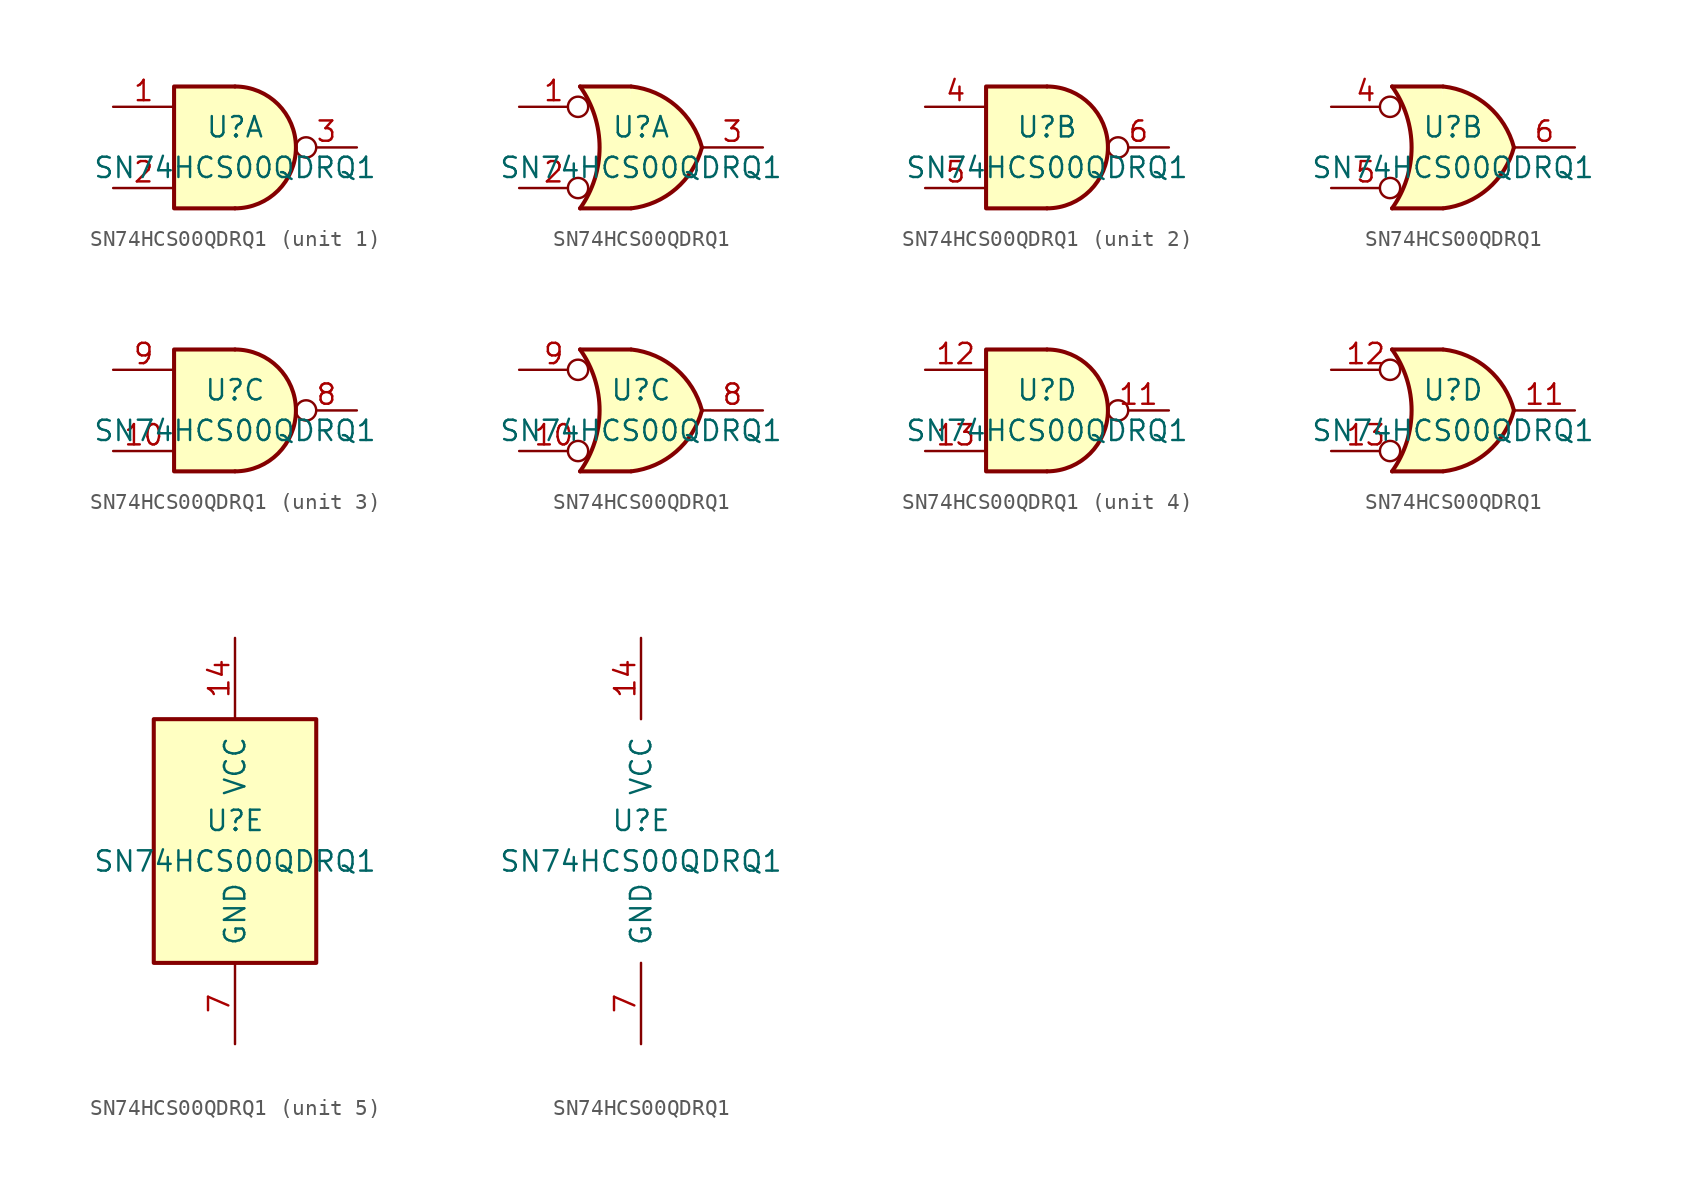
<source format=kicad_sym>
(kicad_symbol_lib
  (version 20211014)
  (generator kicad_symbol_editor)
  (symbol "‎SN74HCS00QDRQ1‎"
    (pin_names
      (offset 1.016))
    (property "Reference" "U"
      (at 0 1.27 0)
      (effects (font (size 1.27 1.27))))
    (property "Value" "‎SN74HCS00QDRQ1‎"
      (at 0 -1.27 0)
      (effects (font (size 1.27 1.27))))
    (property "ki_locked" ""
      (at 0 0 0)
      (effects (font (size 1.27 1.27))))
    (symbol "‎SN74HCS00QDRQ1‎_1_1"
      (arc (start 0 -3.81) (mid 3.81 0) (end 0 3.81) (stroke (width 0.254) (type default) (color 0 0 0 0)) (fill (type background)))
      (polyline (pts (xy 0 3.81) (xy -3.81 3.81) (xy -3.81 -3.81) (xy 0 -3.81)) (stroke (width 0.254) (type default) (color 0 0 0 0)) (fill (type background)))
      (pin input line (at -7.62 2.54 0) (length 3.81) (name "~" (effects (font (size 1.27 1.27)))) (number "1" (effects (font (size 1.27 1.27)))))
      (pin input line (at -7.62 -2.54 0) (length 3.81) (name "~" (effects (font (size 1.27 1.27)))) (number "2" (effects (font (size 1.27 1.27)))))
      (pin output inverted (at 7.62 0 180) (length 3.81) (name "~" (effects (font (size 1.27 1.27)))) (number "3" (effects (font (size 1.27 1.27))))))
    (symbol "‎SN74HCS00QDRQ1‎_1_2"
      (arc (start -3.81 -3.81) (mid -2.589 0) (end -3.81 3.81) (stroke (width 0.254) (type default) (color 0 0 0 0)) (fill (type none)))
      (arc (start -0.6096 -3.81) (mid 2.1855 -2.584) (end 3.81 0) (stroke (width 0.254) (type default) (color 0 0 0 0)) (fill (type background)))
      (polyline (pts (xy -3.81 -3.81) (xy -0.635 -3.81)) (stroke (width 0.254) (type default) (color 0 0 0 0)) (fill (type background)))
      (polyline (pts (xy -3.81 3.81) (xy -0.635 3.81)) (stroke (width 0.254) (type default) (color 0 0 0 0)) (fill (type background)))
      (polyline (pts (xy -0.635 3.81) (xy -3.81 3.81) (xy -3.81 3.81) (xy -3.556 3.404) (xy -3.023 2.261) (xy -2.692 1.041) (xy -2.616 -0.254) (xy -2.769 -1.499) (xy -3.175 -2.718) (xy -3.81 -3.81) (xy -3.81 -3.81) (xy -0.635 -3.81)) (stroke (width -25.4) (type default) (color 0 0 0 0)) (fill (type background)))
      (arc (start 3.81 0) (mid 2.1928 2.5925) (end -0.6096 3.81) (stroke (width 0.254) (type default) (color 0 0 0 0)) (fill (type background)))
      (pin input inverted (at -7.62 2.54 0) (length 4.318) (name "~" (effects (font (size 1.27 1.27)))) (number "1" (effects (font (size 1.27 1.27)))))
      (pin input inverted (at -7.62 -2.54 0) (length 4.318) (name "~" (effects (font (size 1.27 1.27)))) (number "2" (effects (font (size 1.27 1.27)))))
      (pin output line (at 7.62 0 180) (length 3.81) (name "~" (effects (font (size 1.27 1.27)))) (number "3" (effects (font (size 1.27 1.27))))))
    (symbol "‎SN74HCS00QDRQ1‎_2_1"
      (arc (start 0 -3.81) (mid 3.81 0) (end 0 3.81) (stroke (width 0.254) (type default) (color 0 0 0 0)) (fill (type background)))
      (polyline (pts (xy 0 3.81) (xy -3.81 3.81) (xy -3.81 -3.81) (xy 0 -3.81)) (stroke (width 0.254) (type default) (color 0 0 0 0)) (fill (type background)))
      (pin input line (at -7.62 2.54 0) (length 3.81) (name "~" (effects (font (size 1.27 1.27)))) (number "4" (effects (font (size 1.27 1.27)))))
      (pin input line (at -7.62 -2.54 0) (length 3.81) (name "~" (effects (font (size 1.27 1.27)))) (number "5" (effects (font (size 1.27 1.27)))))
      (pin output inverted (at 7.62 0 180) (length 3.81) (name "~" (effects (font (size 1.27 1.27)))) (number "6" (effects (font (size 1.27 1.27))))))
    (symbol "‎SN74HCS00QDRQ1‎_2_2"
      (arc (start -3.81 -3.81) (mid -2.589 0) (end -3.81 3.81) (stroke (width 0.254) (type default) (color 0 0 0 0)) (fill (type none)))
      (arc (start -0.6096 -3.81) (mid 2.1855 -2.584) (end 3.81 0) (stroke (width 0.254) (type default) (color 0 0 0 0)) (fill (type background)))
      (polyline (pts (xy -3.81 -3.81) (xy -0.635 -3.81)) (stroke (width 0.254) (type default) (color 0 0 0 0)) (fill (type background)))
      (polyline (pts (xy -3.81 3.81) (xy -0.635 3.81)) (stroke (width 0.254) (type default) (color 0 0 0 0)) (fill (type background)))
      (polyline (pts (xy -0.635 3.81) (xy -3.81 3.81) (xy -3.81 3.81) (xy -3.556 3.404) (xy -3.023 2.261) (xy -2.692 1.041) (xy -2.616 -0.254) (xy -2.769 -1.499) (xy -3.175 -2.718) (xy -3.81 -3.81) (xy -3.81 -3.81) (xy -0.635 -3.81)) (stroke (width -25.4) (type default) (color 0 0 0 0)) (fill (type background)))
      (arc (start 3.81 0) (mid 2.1928 2.5925) (end -0.6096 3.81) (stroke (width 0.254) (type default) (color 0 0 0 0)) (fill (type background)))
      (pin input inverted (at -7.62 2.54 0) (length 4.318) (name "~" (effects (font (size 1.27 1.27)))) (number "4" (effects (font (size 1.27 1.27)))))
      (pin input inverted (at -7.62 -2.54 0) (length 4.318) (name "~" (effects (font (size 1.27 1.27)))) (number "5" (effects (font (size 1.27 1.27)))))
      (pin output line (at 7.62 0 180) (length 3.81) (name "~" (effects (font (size 1.27 1.27)))) (number "6" (effects (font (size 1.27 1.27))))))
    (symbol "‎SN74HCS00QDRQ1‎_3_1"
      (arc (start 0 -3.81) (mid 3.81 0) (end 0 3.81) (stroke (width 0.254) (type default) (color 0 0 0 0)) (fill (type background)))
      (polyline (pts (xy 0 3.81) (xy -3.81 3.81) (xy -3.81 -3.81) (xy 0 -3.81)) (stroke (width 0.254) (type default) (color 0 0 0 0)) (fill (type background)))
      (pin input line (at -7.62 -2.54 0) (length 3.81) (name "~" (effects (font (size 1.27 1.27)))) (number "10" (effects (font (size 1.27 1.27)))))
      (pin output inverted (at 7.62 0 180) (length 3.81) (name "~" (effects (font (size 1.27 1.27)))) (number "8" (effects (font (size 1.27 1.27)))))
      (pin input line (at -7.62 2.54 0) (length 3.81) (name "~" (effects (font (size 1.27 1.27)))) (number "9" (effects (font (size 1.27 1.27))))))
    (symbol "‎SN74HCS00QDRQ1‎_3_2"
      (arc (start -3.81 -3.81) (mid -2.589 0) (end -3.81 3.81) (stroke (width 0.254) (type default) (color 0 0 0 0)) (fill (type none)))
      (arc (start -0.6096 -3.81) (mid 2.1855 -2.584) (end 3.81 0) (stroke (width 0.254) (type default) (color 0 0 0 0)) (fill (type background)))
      (polyline (pts (xy -3.81 -3.81) (xy -0.635 -3.81)) (stroke (width 0.254) (type default) (color 0 0 0 0)) (fill (type background)))
      (polyline (pts (xy -3.81 3.81) (xy -0.635 3.81)) (stroke (width 0.254) (type default) (color 0 0 0 0)) (fill (type background)))
      (polyline (pts (xy -0.635 3.81) (xy -3.81 3.81) (xy -3.81 3.81) (xy -3.556 3.404) (xy -3.023 2.261) (xy -2.692 1.041) (xy -2.616 -0.254) (xy -2.769 -1.499) (xy -3.175 -2.718) (xy -3.81 -3.81) (xy -3.81 -3.81) (xy -0.635 -3.81)) (stroke (width -25.4) (type default) (color 0 0 0 0)) (fill (type background)))
      (arc (start 3.81 0) (mid 2.1928 2.5925) (end -0.6096 3.81) (stroke (width 0.254) (type default) (color 0 0 0 0)) (fill (type background)))
      (pin input inverted (at -7.62 -2.54 0) (length 4.318) (name "~" (effects (font (size 1.27 1.27)))) (number "10" (effects (font (size 1.27 1.27)))))
      (pin output line (at 7.62 0 180) (length 3.81) (name "~" (effects (font (size 1.27 1.27)))) (number "8" (effects (font (size 1.27 1.27)))))
      (pin input inverted (at -7.62 2.54 0) (length 4.318) (name "~" (effects (font (size 1.27 1.27)))) (number "9" (effects (font (size 1.27 1.27))))))
    (symbol "‎SN74HCS00QDRQ1‎_4_1"
      (arc (start 0 -3.81) (mid 3.81 0) (end 0 3.81) (stroke (width 0.254) (type default) (color 0 0 0 0)) (fill (type background)))
      (polyline (pts (xy 0 3.81) (xy -3.81 3.81) (xy -3.81 -3.81) (xy 0 -3.81)) (stroke (width 0.254) (type default) (color 0 0 0 0)) (fill (type background)))
      (pin output inverted (at 7.62 0 180) (length 3.81) (name "~" (effects (font (size 1.27 1.27)))) (number "11" (effects (font (size 1.27 1.27)))))
      (pin input line (at -7.62 2.54 0) (length 3.81) (name "~" (effects (font (size 1.27 1.27)))) (number "12" (effects (font (size 1.27 1.27)))))
      (pin input line (at -7.62 -2.54 0) (length 3.81) (name "~" (effects (font (size 1.27 1.27)))) (number "13" (effects (font (size 1.27 1.27))))))
    (symbol "‎SN74HCS00QDRQ1‎_4_2"
      (arc (start -3.81 -3.81) (mid -2.589 0) (end -3.81 3.81) (stroke (width 0.254) (type default) (color 0 0 0 0)) (fill (type none)))
      (arc (start -0.6096 -3.81) (mid 2.1855 -2.584) (end 3.81 0) (stroke (width 0.254) (type default) (color 0 0 0 0)) (fill (type background)))
      (polyline (pts (xy -3.81 -3.81) (xy -0.635 -3.81)) (stroke (width 0.254) (type default) (color 0 0 0 0)) (fill (type background)))
      (polyline (pts (xy -3.81 3.81) (xy -0.635 3.81)) (stroke (width 0.254) (type default) (color 0 0 0 0)) (fill (type background)))
      (polyline (pts (xy -0.635 3.81) (xy -3.81 3.81) (xy -3.81 3.81) (xy -3.556 3.404) (xy -3.023 2.261) (xy -2.692 1.041) (xy -2.616 -0.254) (xy -2.769 -1.499) (xy -3.175 -2.718) (xy -3.81 -3.81) (xy -3.81 -3.81) (xy -0.635 -3.81)) (stroke (width -25.4) (type default) (color 0 0 0 0)) (fill (type background)))
      (arc (start 3.81 0) (mid 2.1928 2.5925) (end -0.6096 3.81) (stroke (width 0.254) (type default) (color 0 0 0 0)) (fill (type background)))
      (pin output line (at 7.62 0 180) (length 3.81) (name "~" (effects (font (size 1.27 1.27)))) (number "11" (effects (font (size 1.27 1.27)))))
      (pin input inverted (at -7.62 2.54 0) (length 4.318) (name "~" (effects (font (size 1.27 1.27)))) (number "12" (effects (font (size 1.27 1.27)))))
      (pin input inverted (at -7.62 -2.54 0) (length 4.318) (name "~" (effects (font (size 1.27 1.27)))) (number "13" (effects (font (size 1.27 1.27))))))
    (symbol "‎SN74HCS00QDRQ1‎_5_0"
      (pin power_in line (at 0 12.7 270) (length 5.08) (name "VCC" (effects (font (size 1.27 1.27)))) (number "14" (effects (font (size 1.27 1.27)))))
      (pin power_in line (at 0 -12.7 90) (length 5.08) (name "GND" (effects (font (size 1.27 1.27)))) (number "7" (effects (font (size 1.27 1.27))))))
    (symbol "‎SN74HCS00QDRQ1‎_5_1"
      (rectangle (start -5.08 7.62) (end 5.08 -7.62) (stroke (width 0.254) (type default) (color 0 0 0 0)) (fill (type background))))))
</source>
